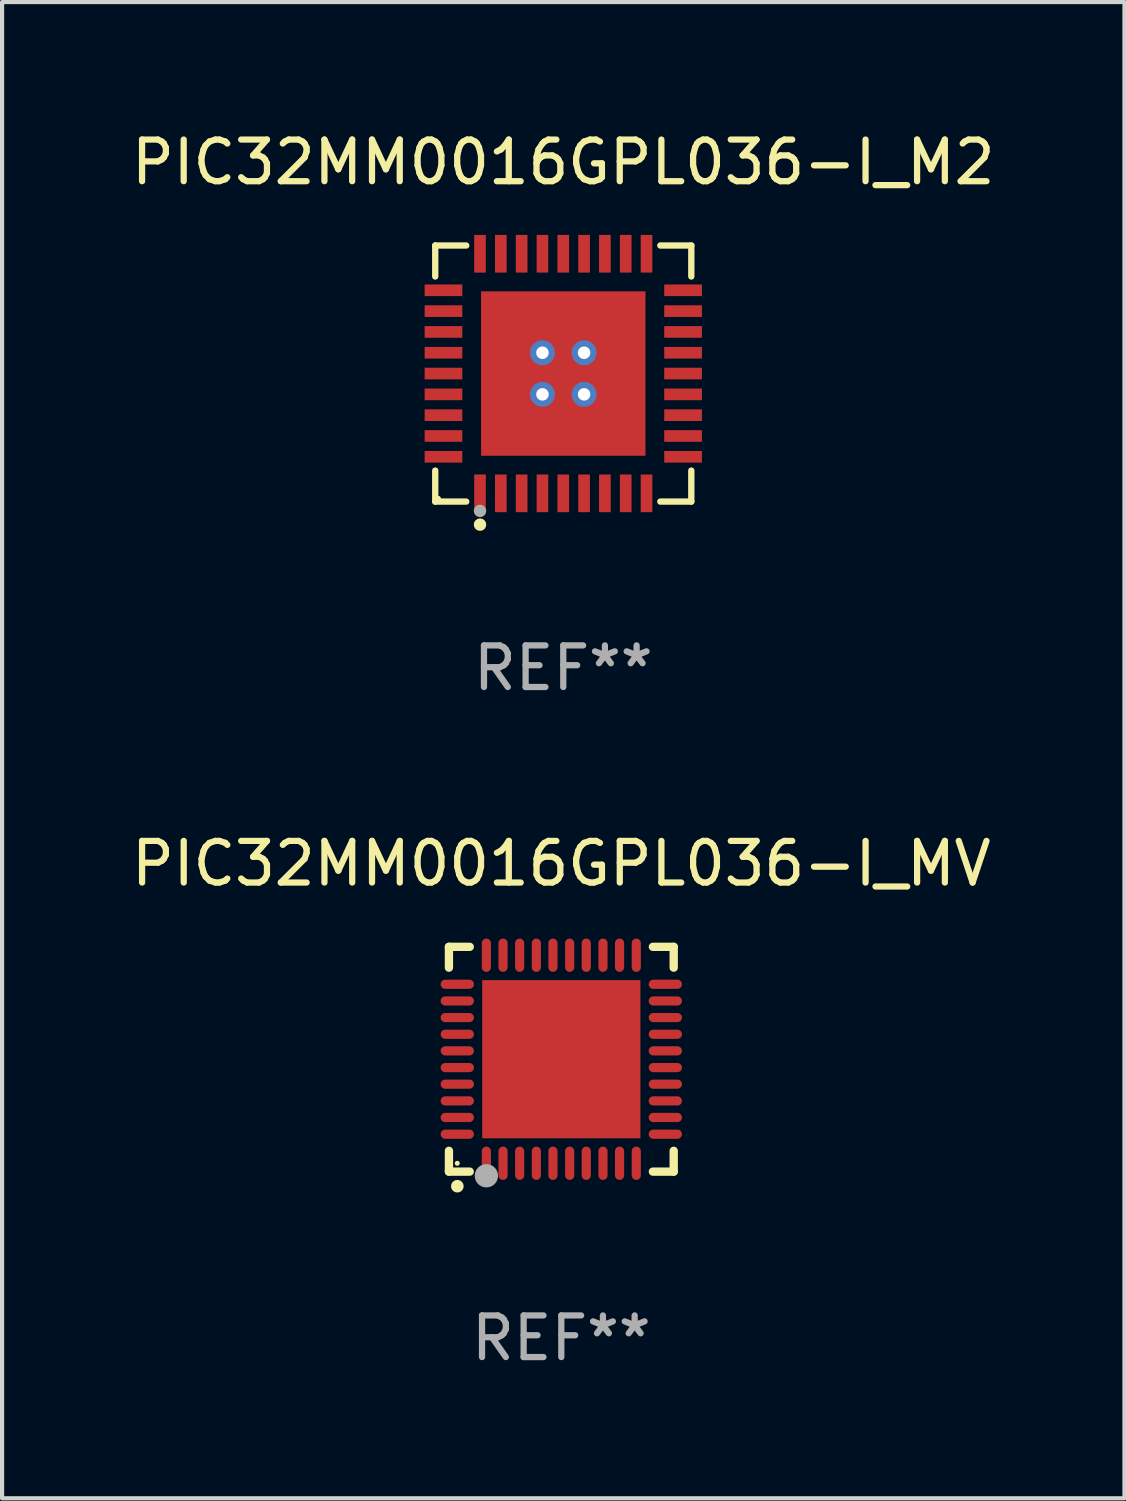
<source format=kicad_pcb>
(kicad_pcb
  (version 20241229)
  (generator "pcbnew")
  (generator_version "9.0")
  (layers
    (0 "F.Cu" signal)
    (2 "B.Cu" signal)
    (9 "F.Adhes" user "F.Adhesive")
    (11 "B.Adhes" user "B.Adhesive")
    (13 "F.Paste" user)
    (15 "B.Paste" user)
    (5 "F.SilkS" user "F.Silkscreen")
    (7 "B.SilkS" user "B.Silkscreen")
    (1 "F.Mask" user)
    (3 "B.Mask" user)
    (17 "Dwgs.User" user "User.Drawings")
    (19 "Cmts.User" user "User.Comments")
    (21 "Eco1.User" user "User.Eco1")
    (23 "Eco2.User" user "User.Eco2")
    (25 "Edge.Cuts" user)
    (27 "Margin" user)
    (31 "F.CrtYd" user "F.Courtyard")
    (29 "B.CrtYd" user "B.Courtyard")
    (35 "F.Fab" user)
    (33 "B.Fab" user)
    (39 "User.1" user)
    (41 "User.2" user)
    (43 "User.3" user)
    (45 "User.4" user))
  (footprint "PIC32MM0016GPL036-I_M2"
    (layer "F.Cu")
    (at 10.482 5.924)
    (property "Reference" "PIC32MM0016GPL036-I_M2" (at 0 -5.076 0) (layer "F.SilkS") (effects (font (size 1 1) (thickness 0.15))))
    (attr through_hole)
    (fp_line (start -3.076 -3.076) (end -2.331 -3.076) (stroke (width 0.152) (type solid)) (layer "F.SilkS"))
    (fp_line (start -3.076 -2.331) (end -3.076 -3.076) (stroke (width 0.152) (type solid)) (layer "F.SilkS"))
    (fp_line (start -3.076 2.331) (end -3.076 3.076) (stroke (width 0.152) (type solid)) (layer "F.SilkS"))
    (fp_line (start -3.076 3.076) (end -2.331 3.076) (stroke (width 0.152) (type solid)) (layer "F.SilkS"))
    (fp_line (start 3.076 -3.076) (end 2.331 -3.076) (stroke (width 0.152) (type solid)) (layer "F.SilkS"))
    (fp_line (start 3.076 -2.331) (end 3.076 -3.076) (stroke (width 0.152) (type solid)) (layer "F.SilkS"))
    (fp_line (start 3.076 2.331) (end 3.076 3.076) (stroke (width 0.152) (type solid)) (layer "F.SilkS"))
    (fp_line (start 3.076 3.076) (end 2.331 3.076) (stroke (width 0.152) (type solid)) (layer "F.SilkS"))
    (fp_circle (center -3 3) (end -2.97 3) (stroke (width 0.06) (type solid)) (fill no) (layer "F.SilkS"))
    (fp_circle (center -2 3.63) (end -1.925 3.63) (stroke (width 0.15) (type solid)) (fill no) (layer "F.SilkS"))
    (fp_circle (center -2 3.3) (end -1.925 3.3) (stroke (width 0.15) (type solid)) (fill no) (layer "F.Fab"))
    (fp_text user "REF**" (at 0 7.076 0) (layer "F.Fab") (effects (font (size 1 1) (thickness 0.15))))
    (pad "1" smd rect (at -2 2.878) (size 0.28 0.905) (layers "F.Cu" "F.Mask" "F.Paste"))
    (pad "2" smd rect (at -1.5 2.878) (size 0.28 0.905) (layers "F.Cu" "F.Mask" "F.Paste"))
    (pad "3" smd rect (at -1 2.878) (size 0.28 0.905) (layers "F.Cu" "F.Mask" "F.Paste"))
    (pad "4" smd rect (at -0.5 2.878) (size 0.28 0.905) (layers "F.Cu" "F.Mask" "F.Paste"))
    (pad "5" smd rect (at 0 2.878) (size 0.28 0.905) (layers "F.Cu" "F.Mask" "F.Paste"))
    (pad "6" smd rect (at 0.5 2.878) (size 0.28 0.905) (layers "F.Cu" "F.Mask" "F.Paste"))
    (pad "7" smd rect (at 1 2.878) (size 0.28 0.905) (layers "F.Cu" "F.Mask" "F.Paste"))
    (pad "8" smd rect (at 1.5 2.878) (size 0.28 0.905) (layers "F.Cu" "F.Mask" "F.Paste"))
    (pad "9" smd rect (at 2 2.878) (size 0.28 0.905) (layers "F.Cu" "F.Mask" "F.Paste"))
    (pad "10" smd rect (at 2.878 2) (size 0.905 0.28) (layers "F.Cu" "F.Mask" "F.Paste"))
    (pad "11" smd rect (at 2.878 1.5) (size 0.905 0.28) (layers "F.Cu" "F.Mask" "F.Paste"))
    (pad "12" smd rect (at 2.878 1) (size 0.905 0.28) (layers "F.Cu" "F.Mask" "F.Paste"))
    (pad "13" smd rect (at 2.878 0.5) (size 0.905 0.28) (layers "F.Cu" "F.Mask" "F.Paste"))
    (pad "14" smd rect (at 2.878 0) (size 0.905 0.28) (layers "F.Cu" "F.Mask" "F.Paste"))
    (pad "15" smd rect (at 2.878 -0.5) (size 0.905 0.28) (layers "F.Cu" "F.Mask" "F.Paste"))
    (pad "16" smd rect (at 2.878 -1) (size 0.905 0.28) (layers "F.Cu" "F.Mask" "F.Paste"))
    (pad "17" smd rect (at 2.878 -1.5) (size 0.905 0.28) (layers "F.Cu" "F.Mask" "F.Paste"))
    (pad "18" smd rect (at 2.878 -2) (size 0.905 0.28) (layers "F.Cu" "F.Mask" "F.Paste"))
    (pad "19" smd rect (at 2 -2.878) (size 0.28 0.905) (layers "F.Cu" "F.Mask" "F.Paste"))
    (pad "20" smd rect (at 1.5 -2.878) (size 0.28 0.905) (layers "F.Cu" "F.Mask" "F.Paste"))
    (pad "21" smd rect (at 1 -2.878) (size 0.28 0.905) (layers "F.Cu" "F.Mask" "F.Paste"))
    (pad "22" smd rect (at 0.5 -2.878) (size 0.28 0.905) (layers "F.Cu" "F.Mask" "F.Paste"))
    (pad "23" smd rect (at 0 -2.878) (size 0.28 0.905) (layers "F.Cu" "F.Mask" "F.Paste"))
    (pad "24" smd rect (at -0.5 -2.878) (size 0.28 0.905) (layers "F.Cu" "F.Mask" "F.Paste"))
    (pad "25" smd rect (at -1 -2.878) (size 0.28 0.905) (layers "F.Cu" "F.Mask" "F.Paste"))
    (pad "26" smd rect (at -1.5 -2.878) (size 0.28 0.905) (layers "F.Cu" "F.Mask" "F.Paste"))
    (pad "27" smd rect (at -2 -2.878) (size 0.28 0.905) (layers "F.Cu" "F.Mask" "F.Paste"))
    (pad "28" smd rect (at -2.878 -2) (size 0.905 0.28) (layers "F.Cu" "F.Mask" "F.Paste"))
    (pad "29" smd rect (at -2.878 -1.5) (size 0.905 0.28) (layers "F.Cu" "F.Mask" "F.Paste"))
    (pad "30" smd rect (at -2.878 -1) (size 0.905 0.28) (layers "F.Cu" "F.Mask" "F.Paste"))
    (pad "31" smd rect (at -2.878 -0.5) (size 0.905 0.28) (layers "F.Cu" "F.Mask" "F.Paste"))
    (pad "32" smd rect (at -2.878 0) (size 0.905 0.28) (layers "F.Cu" "F.Mask" "F.Paste"))
    (pad "33" smd rect (at -2.878 0.5) (size 0.905 0.28) (layers "F.Cu" "F.Mask" "F.Paste"))
    (pad "34" smd rect (at -2.878 1) (size 0.905 0.28) (layers "F.Cu" "F.Mask" "F.Paste"))
    (pad "35" smd rect (at -2.878 1.5) (size 0.905 0.28) (layers "F.Cu" "F.Mask" "F.Paste"))
    (pad "36" smd rect (at -2.878 2) (size 0.905 0.28) (layers "F.Cu" "F.Mask" "F.Paste"))
    (pad "37" thru_hole circle (at -0.5 -0.5) (size 0.6 0.6) (drill 0.3) (layers "*.Cu" "*.Mask"))
    (pad "37" thru_hole circle (at -0.5 0.5) (size 0.6 0.6) (drill 0.3) (layers "*.Cu" "*.Mask"))
    (pad "37" smd rect (at 0 0) (size 3.95 3.95) (layers "F.Cu" "F.Mask" "F.Paste"))
    (pad "37" thru_hole circle (at 0.5 -0.5) (size 0.6 0.6) (drill 0.3) (layers "*.Cu" "*.Mask"))
    (pad "37" thru_hole circle (at 0.5 0.5) (size 0.6 0.6) (drill 0.3) (layers "*.Cu" "*.Mask")))
  (footprint "PIC32MM0016GPL036-I_MV"
    (layer "F.Cu")
    (at 10.435 22.397)
    (property "Reference" "PIC32MM0016GPL036-I_MV" (at 0 -4.7 0) (layer "F.SilkS") (effects (font (size 1 1) (thickness 0.15))))
    (attr through_hole)
    (fp_line (start -2.7 -2.7) (end -2.7 -2.2) (stroke (width 0.2) (type solid)) (layer "F.SilkS"))
    (fp_line (start -2.7 2.7) (end -2.7 2.2) (stroke (width 0.2) (type solid)) (layer "F.SilkS"))
    (fp_line (start -2.2 -2.7) (end -2.7 -2.7) (stroke (width 0.2) (type solid)) (layer "F.SilkS"))
    (fp_line (start -2.2 2.7) (end -2.7 2.7) (stroke (width 0.2) (type solid)) (layer "F.SilkS"))
    (fp_line (start 2.7 -2.7) (end 2.2 -2.7) (stroke (width 0.2) (type solid)) (layer "F.SilkS"))
    (fp_line (start 2.7 -2.2) (end 2.7 -2.7) (stroke (width 0.2) (type solid)) (layer "F.SilkS"))
    (fp_line (start 2.7 2.2) (end 2.7 2.7) (stroke (width 0.2) (type solid)) (layer "F.SilkS"))
    (fp_line (start 2.7 2.7) (end 2.2 2.7) (stroke (width 0.2) (type solid)) (layer "F.SilkS"))
    (fp_arc (start -2.499365 3.050546) (mid -2.498095 3.050541) (end -2.496825 3.050546) (stroke (width 0.3) (type solid)) (layer "F.SilkS"))
    (fp_circle (center -2.5 2.5) (end -2.47 2.5) (stroke (width 0.06) (type solid)) (fill no) (layer "F.SilkS"))
    (fp_circle (center -1.8 2.8) (end -1.66 2.8) (stroke (width 0.28) (type solid)) (fill no) (layer "F.Fab"))
    (fp_text user "REF**" (at 0 6.7 0) (layer "F.Fab") (effects (font (size 1 1) (thickness 0.15))))
    (pad "1" smd oval (at -1.801 2.499 180) (size 0.22 0.8) (layers "F.Cu" "F.Mask" "F.Paste"))
    (pad "2" smd oval (at -1.4 2.499 180) (size 0.22 0.8) (layers "F.Cu" "F.Mask" "F.Paste"))
    (pad "3" smd oval (at -1.001 2.499 180) (size 0.22 0.8) (layers "F.Cu" "F.Mask" "F.Paste"))
    (pad "4" smd oval (at -0.6 2.499 180) (size 0.22 0.8) (layers "F.Cu" "F.Mask" "F.Paste"))
    (pad "5" smd oval (at -0.201 2.499 180) (size 0.22 0.8) (layers "F.Cu" "F.Mask" "F.Paste"))
    (pad "6" smd oval (at 0.201 2.499 180) (size 0.22 0.8) (layers "F.Cu" "F.Mask" "F.Paste"))
    (pad "7" smd oval (at 0.599 2.499 180) (size 0.22 0.8) (layers "F.Cu" "F.Mask" "F.Paste"))
    (pad "8" smd oval (at 1.001 2.499 180) (size 0.22 0.8) (layers "F.Cu" "F.Mask" "F.Paste"))
    (pad "9" smd oval (at 1.399 2.499 180) (size 0.22 0.8) (layers "F.Cu" "F.Mask" "F.Paste"))
    (pad "10" smd oval (at 1.801 2.499 180) (size 0.22 0.8) (layers "F.Cu" "F.Mask" "F.Paste"))
    (pad "11" smd oval (at 2.499 1.801 270) (size 0.22 0.8) (layers "F.Cu" "F.Mask" "F.Paste"))
    (pad "12" smd oval (at 2.499 1.399 270) (size 0.22 0.8) (layers "F.Cu" "F.Mask" "F.Paste"))
    (pad "13" smd oval (at 2.499 1.001 270) (size 0.22 0.8) (layers "F.Cu" "F.Mask" "F.Paste"))
    (pad "14" smd oval (at 2.499 0.599 270) (size 0.22 0.8) (layers "F.Cu" "F.Mask" "F.Paste"))
    (pad "15" smd oval (at 2.499 0.201 270) (size 0.22 0.8) (layers "F.Cu" "F.Mask" "F.Paste"))
    (pad "16" smd oval (at 2.499 -0.201 270) (size 0.22 0.8) (layers "F.Cu" "F.Mask" "F.Paste"))
    (pad "17" smd oval (at 2.499 -0.6 270) (size 0.22 0.8) (layers "F.Cu" "F.Mask" "F.Paste"))
    (pad "18" smd oval (at 2.499 -1.001 270) (size 0.22 0.8) (layers "F.Cu" "F.Mask" "F.Paste"))
    (pad "19" smd oval (at 2.499 -1.4 270) (size 0.22 0.8) (layers "F.Cu" "F.Mask" "F.Paste"))
    (pad "20" smd oval (at 2.499 -1.801 270) (size 0.22 0.8) (layers "F.Cu" "F.Mask" "F.Paste"))
    (pad "21" smd oval (at 1.801 -2.499) (size 0.22 0.8) (layers "F.Cu" "F.Mask" "F.Paste"))
    (pad "22" smd oval (at 1.399 -2.499) (size 0.22 0.8) (layers "F.Cu" "F.Mask" "F.Paste"))
    (pad "23" smd oval (at 1.001 -2.499) (size 0.22 0.8) (layers "F.Cu" "F.Mask" "F.Paste"))
    (pad "24" smd oval (at 0.599 -2.499) (size 0.22 0.8) (layers "F.Cu" "F.Mask" "F.Paste"))
    (pad "25" smd oval (at 0.201 -2.499) (size 0.22 0.8) (layers "F.Cu" "F.Mask" "F.Paste"))
    (pad "26" smd oval (at -0.201 -2.499) (size 0.22 0.8) (layers "F.Cu" "F.Mask" "F.Paste"))
    (pad "27" smd oval (at -0.6 -2.499) (size 0.22 0.8) (layers "F.Cu" "F.Mask" "F.Paste"))
    (pad "28" smd oval (at -1.001 -2.499) (size 0.22 0.8) (layers "F.Cu" "F.Mask" "F.Paste"))
    (pad "29" smd oval (at -1.4 -2.499) (size 0.22 0.8) (layers "F.Cu" "F.Mask" "F.Paste"))
    (pad "30" smd oval (at -1.801 -2.499) (size 0.22 0.8) (layers "F.Cu" "F.Mask" "F.Paste"))
    (pad "31" smd oval (at -2.499 -1.801 90) (size 0.22 0.8) (layers "F.Cu" "F.Mask" "F.Paste"))
    (pad "32" smd oval (at -2.499 -1.4 90) (size 0.22 0.8) (layers "F.Cu" "F.Mask" "F.Paste"))
    (pad "33" smd oval (at -2.499 -1.001 90) (size 0.22 0.8) (layers "F.Cu" "F.Mask" "F.Paste"))
    (pad "34" smd oval (at -2.499 -0.6 90) (size 0.22 0.8) (layers "F.Cu" "F.Mask" "F.Paste"))
    (pad "35" smd oval (at -2.499 -0.201 90) (size 0.22 0.8) (layers "F.Cu" "F.Mask" "F.Paste"))
    (pad "36" smd oval (at -2.499 0.201 90) (size 0.22 0.8) (layers "F.Cu" "F.Mask" "F.Paste"))
    (pad "37" smd oval (at -2.499 0.599 90) (size 0.22 0.8) (layers "F.Cu" "F.Mask" "F.Paste"))
    (pad "38" smd oval (at -2.499 1.001 90) (size 0.22 0.8) (layers "F.Cu" "F.Mask" "F.Paste"))
    (pad "39" smd oval (at -2.499 1.399 90) (size 0.22 0.8) (layers "F.Cu" "F.Mask" "F.Paste"))
    (pad "40" smd oval (at -2.499 1.801 90) (size 0.22 0.8) (layers "F.Cu" "F.Mask" "F.Paste"))
    (pad "41" smd rect (at -0.000076 -0.000076 90) (size 3.8 3.8) (layers "F.Cu" "F.Mask" "F.Paste")))
  (gr_rect
    (start -3 -3)
    (end 23.964 32.945)
    (stroke (width 0.1) (type default))
    (fill no)
    (layer "Edge.Cuts")))
</source>
